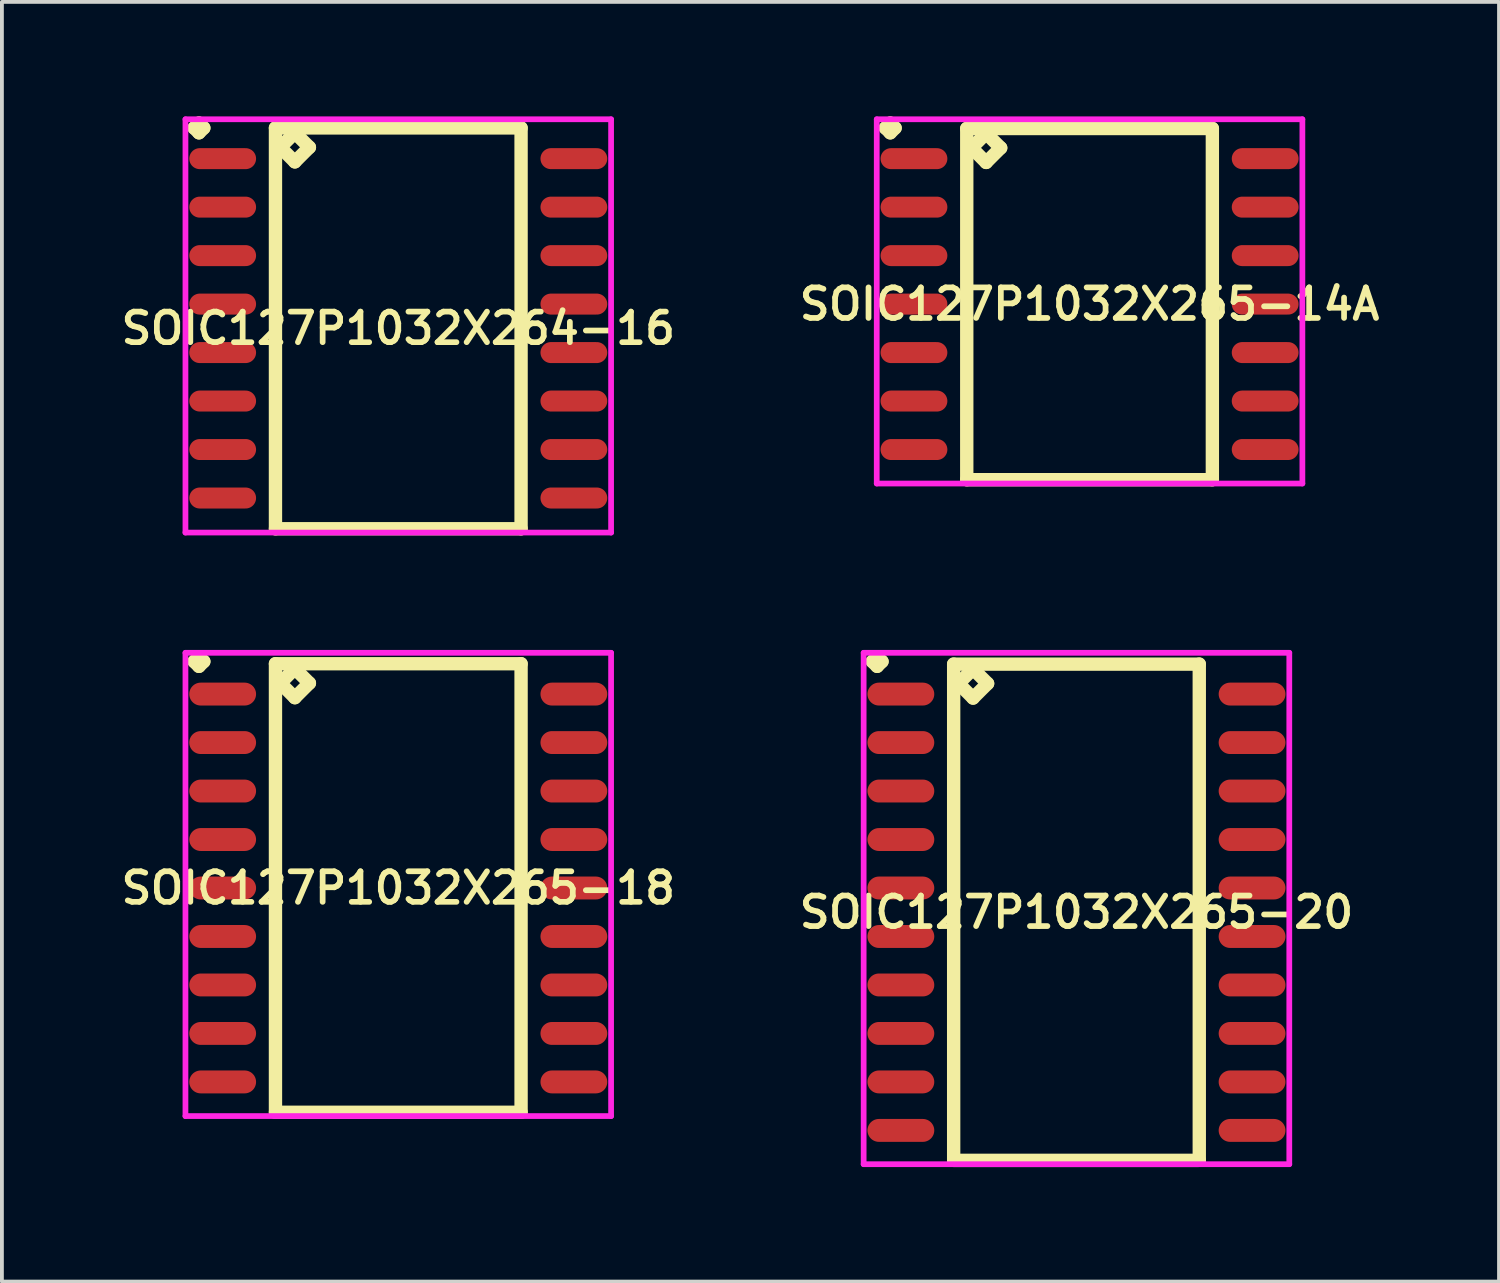
<source format=kicad_pcb>
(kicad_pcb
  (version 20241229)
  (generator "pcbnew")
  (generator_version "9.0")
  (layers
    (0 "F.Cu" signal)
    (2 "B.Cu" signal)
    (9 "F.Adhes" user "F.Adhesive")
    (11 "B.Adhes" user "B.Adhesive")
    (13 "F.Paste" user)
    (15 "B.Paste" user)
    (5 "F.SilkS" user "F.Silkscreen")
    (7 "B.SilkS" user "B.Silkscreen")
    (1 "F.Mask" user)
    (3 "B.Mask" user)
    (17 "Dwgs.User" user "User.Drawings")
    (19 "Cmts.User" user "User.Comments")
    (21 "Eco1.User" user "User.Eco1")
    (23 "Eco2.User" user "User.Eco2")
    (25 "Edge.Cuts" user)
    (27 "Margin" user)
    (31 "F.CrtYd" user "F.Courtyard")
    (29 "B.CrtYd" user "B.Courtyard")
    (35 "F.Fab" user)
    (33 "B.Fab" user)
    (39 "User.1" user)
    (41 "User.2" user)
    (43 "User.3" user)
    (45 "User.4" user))
  (footprint "SOIC127P1032X264-16"
    (layer "F.Cu")
    (at 7.383 5.551)
    (property "Reference" "SOIC127P1032X264-16" (at 0 0 0) (layer "F.SilkS") (effects (font (size 0.8 0.8) (thickness 0.15))))
    (attr smd)
    (fp_line (start -5.348 -5.249) (end -5.221 -5.376) (stroke (width 0.35) (type solid)) (layer "F.SilkS"))
    (fp_line (start -5.221 -5.376) (end -5.094 -5.249) (stroke (width 0.35) (type solid)) (layer "F.SilkS"))
    (fp_line (start -5.221 -5.122) (end -5.348 -5.249) (stroke (width 0.35) (type solid)) (layer "F.SilkS"))
    (fp_line (start -5.094 -5.249) (end -5.221 -5.122) (stroke (width 0.35) (type solid)) (layer "F.SilkS"))
    (fp_line (start -3.217 -5.25) (end -3.217 5.25) (stroke (width 0.35) (type solid)) (layer "F.SilkS"))
    (fp_line (start -3.217 5.25) (end 3.217 5.25) (stroke (width 0.35) (type solid)) (layer "F.SilkS"))
    (fp_line (start -3.09 -4.742) (end -2.709 -5.123) (stroke (width 0.35) (type solid)) (layer "F.SilkS"))
    (fp_line (start -2.709 -5.123) (end -2.328 -4.742) (stroke (width 0.35) (type solid)) (layer "F.SilkS"))
    (fp_line (start -2.709 -4.361) (end -3.09 -4.742) (stroke (width 0.35) (type solid)) (layer "F.SilkS"))
    (fp_line (start -2.328 -4.742) (end -2.709 -4.361) (stroke (width 0.35) (type solid)) (layer "F.SilkS"))
    (fp_line (start 3.217 -5.25) (end -3.217 -5.25) (stroke (width 0.35) (type solid)) (layer "F.SilkS"))
    (fp_line (start 3.217 5.25) (end 3.217 -5.25) (stroke (width 0.35) (type solid)) (layer "F.SilkS"))
    (fp_line (start -5.575 -5.476) (end 5.575 -5.476) (stroke (width 0.15) (type solid)) (layer "F.CrtYd"))
    (fp_line (start -5.575 5.35) (end -5.575 -5.476) (stroke (width 0.15) (type solid)) (layer "F.CrtYd"))
    (fp_line (start 5.575 -5.476) (end 5.575 5.35) (stroke (width 0.15) (type solid)) (layer "F.CrtYd"))
    (fp_line (start 5.575 5.35) (end -5.575 5.35) (stroke (width 0.15) (type solid)) (layer "F.CrtYd"))
    (pad "1" smd oval (at -4.6 -4.445) (size 1.75 0.55) (layers "F.Cu" "F.Mask" "F.Paste"))
    (pad "2" smd oval (at -4.6 -3.175) (size 1.75 0.55) (layers "F.Cu" "F.Mask" "F.Paste"))
    (pad "3" smd oval (at -4.6 -1.905) (size 1.75 0.55) (layers "F.Cu" "F.Mask" "F.Paste"))
    (pad "4" smd oval (at -4.6 -0.635) (size 1.75 0.55) (layers "F.Cu" "F.Mask" "F.Paste"))
    (pad "5" smd oval (at -4.6 0.635) (size 1.75 0.55) (layers "F.Cu" "F.Mask" "F.Paste"))
    (pad "6" smd oval (at -4.6 1.905) (size 1.75 0.55) (layers "F.Cu" "F.Mask" "F.Paste"))
    (pad "7" smd oval (at -4.6 3.175) (size 1.75 0.55) (layers "F.Cu" "F.Mask" "F.Paste"))
    (pad "8" smd oval (at -4.6 4.445) (size 1.75 0.55) (layers "F.Cu" "F.Mask" "F.Paste"))
    (pad "9" smd oval (at 4.6 4.445) (size 1.75 0.55) (layers "F.Cu" "F.Mask" "F.Paste"))
    (pad "10" smd oval (at 4.6 3.175) (size 1.75 0.55) (layers "F.Cu" "F.Mask" "F.Paste"))
    (pad "11" smd oval (at 4.6 1.905) (size 1.75 0.55) (layers "F.Cu" "F.Mask" "F.Paste"))
    (pad "12" smd oval (at 4.6 0.635) (size 1.75 0.55) (layers "F.Cu" "F.Mask" "F.Paste"))
    (pad "13" smd oval (at 4.6 -0.635) (size 1.75 0.55) (layers "F.Cu" "F.Mask" "F.Paste"))
    (pad "14" smd oval (at 4.6 -1.905) (size 1.75 0.55) (layers "F.Cu" "F.Mask" "F.Paste"))
    (pad "15" smd oval (at 4.6 -3.175) (size 1.75 0.55) (layers "F.Cu" "F.Mask" "F.Paste"))
    (pad "16" smd oval (at 4.6 -4.445) (size 1.75 0.55) (layers "F.Cu" "F.Mask" "F.Paste")))
  (footprint "SOIC127P1032X265-18"
    (layer "F.Cu")
    (at 7.383 20.212)
    (property "Reference" "SOIC127P1032X265-18" (at 0 0 0) (layer "F.SilkS") (effects (font (size 0.8 0.8) (thickness 0.15))))
    (attr smd)
    (fp_line (start -5.348 -5.934) (end -5.221 -6.061) (stroke (width 0.35) (type solid)) (layer "F.SilkS"))
    (fp_line (start -5.221 -6.061) (end -5.094 -5.934) (stroke (width 0.35) (type solid)) (layer "F.SilkS"))
    (fp_line (start -5.221 -5.807) (end -5.348 -5.934) (stroke (width 0.35) (type solid)) (layer "F.SilkS"))
    (fp_line (start -5.094 -5.934) (end -5.221 -5.807) (stroke (width 0.35) (type solid)) (layer "F.SilkS"))
    (fp_line (start -3.217 -5.875) (end -3.217 5.875) (stroke (width 0.35) (type solid)) (layer "F.SilkS"))
    (fp_line (start -3.217 5.875) (end 3.217 5.875) (stroke (width 0.35) (type solid)) (layer "F.SilkS"))
    (fp_line (start -3.09 -5.367) (end -2.709 -5.748) (stroke (width 0.35) (type solid)) (layer "F.SilkS"))
    (fp_line (start -2.709 -5.748) (end -2.328 -5.367) (stroke (width 0.35) (type solid)) (layer "F.SilkS"))
    (fp_line (start -2.709 -4.986) (end -3.09 -5.367) (stroke (width 0.35) (type solid)) (layer "F.SilkS"))
    (fp_line (start -2.328 -5.367) (end -2.709 -4.986) (stroke (width 0.35) (type solid)) (layer "F.SilkS"))
    (fp_line (start 3.217 -5.875) (end -3.217 -5.875) (stroke (width 0.35) (type solid)) (layer "F.SilkS"))
    (fp_line (start 3.217 5.875) (end 3.217 -5.875) (stroke (width 0.35) (type solid)) (layer "F.SilkS"))
    (fp_line (start -5.575 -6.161) (end 5.575 -6.161) (stroke (width 0.15) (type solid)) (layer "F.CrtYd"))
    (fp_line (start -5.575 5.975) (end -5.575 -6.161) (stroke (width 0.15) (type solid)) (layer "F.CrtYd"))
    (fp_line (start 5.575 -6.161) (end 5.575 5.975) (stroke (width 0.15) (type solid)) (layer "F.CrtYd"))
    (fp_line (start 5.575 5.975) (end -5.575 5.975) (stroke (width 0.15) (type solid)) (layer "F.CrtYd"))
    (pad "1" smd oval (at -4.6 -5.08) (size 1.75 0.6) (layers "F.Cu" "F.Mask" "F.Paste"))
    (pad "2" smd oval (at -4.6 -3.81) (size 1.75 0.6) (layers "F.Cu" "F.Mask" "F.Paste"))
    (pad "3" smd oval (at -4.6 -2.54) (size 1.75 0.6) (layers "F.Cu" "F.Mask" "F.Paste"))
    (pad "4" smd oval (at -4.6 -1.27) (size 1.75 0.6) (layers "F.Cu" "F.Mask" "F.Paste"))
    (pad "5" smd oval (at -4.6 0) (size 1.75 0.6) (layers "F.Cu" "F.Mask" "F.Paste"))
    (pad "6" smd oval (at -4.6 1.27) (size 1.75 0.6) (layers "F.Cu" "F.Mask" "F.Paste"))
    (pad "7" smd oval (at -4.6 2.54) (size 1.75 0.6) (layers "F.Cu" "F.Mask" "F.Paste"))
    (pad "8" smd oval (at -4.6 3.81) (size 1.75 0.6) (layers "F.Cu" "F.Mask" "F.Paste"))
    (pad "9" smd oval (at -4.6 5.08) (size 1.75 0.6) (layers "F.Cu" "F.Mask" "F.Paste"))
    (pad "10" smd oval (at 4.6 5.08) (size 1.75 0.6) (layers "F.Cu" "F.Mask" "F.Paste"))
    (pad "11" smd oval (at 4.6 3.81) (size 1.75 0.6) (layers "F.Cu" "F.Mask" "F.Paste"))
    (pad "12" smd oval (at 4.6 2.54) (size 1.75 0.6) (layers "F.Cu" "F.Mask" "F.Paste"))
    (pad "13" smd oval (at 4.6 1.27) (size 1.75 0.6) (layers "F.Cu" "F.Mask" "F.Paste"))
    (pad "14" smd oval (at 4.6 0) (size 1.75 0.6) (layers "F.Cu" "F.Mask" "F.Paste"))
    (pad "15" smd oval (at 4.6 -1.27) (size 1.75 0.6) (layers "F.Cu" "F.Mask" "F.Paste"))
    (pad "16" smd oval (at 4.6 -2.54) (size 1.75 0.6) (layers "F.Cu" "F.Mask" "F.Paste"))
    (pad "17" smd oval (at 4.6 -3.81) (size 1.75 0.6) (layers "F.Cu" "F.Mask" "F.Paste"))
    (pad "18" smd oval (at 4.6 -5.08) (size 1.75 0.6) (layers "F.Cu" "F.Mask" "F.Paste")))
  (footprint "SOIC127P1032X265-14A"
    (layer "F.Cu")
    (at 25.492 4.916)
    (property "Reference" "SOIC127P1032X265-14A" (at 0 0 0) (layer "F.SilkS") (effects (font (size 0.8 0.8) (thickness 0.15))))
    (attr smd)
    (fp_line (start -5.348 -4.614) (end -5.221 -4.741) (stroke (width 0.35) (type solid)) (layer "F.SilkS"))
    (fp_line (start -5.221 -4.741) (end -5.094 -4.614) (stroke (width 0.35) (type solid)) (layer "F.SilkS"))
    (fp_line (start -5.221 -4.487) (end -5.348 -4.614) (stroke (width 0.35) (type solid)) (layer "F.SilkS"))
    (fp_line (start -5.094 -4.614) (end -5.221 -4.487) (stroke (width 0.35) (type solid)) (layer "F.SilkS"))
    (fp_line (start -3.217 -4.6) (end -3.217 4.6) (stroke (width 0.35) (type solid)) (layer "F.SilkS"))
    (fp_line (start -3.217 4.6) (end 3.217 4.6) (stroke (width 0.35) (type solid)) (layer "F.SilkS"))
    (fp_line (start -3.09 -4.092) (end -2.709 -4.473) (stroke (width 0.35) (type solid)) (layer "F.SilkS"))
    (fp_line (start -2.709 -4.473) (end -2.328 -4.092) (stroke (width 0.35) (type solid)) (layer "F.SilkS"))
    (fp_line (start -2.709 -3.711) (end -3.09 -4.092) (stroke (width 0.35) (type solid)) (layer "F.SilkS"))
    (fp_line (start -2.328 -4.092) (end -2.709 -3.711) (stroke (width 0.35) (type solid)) (layer "F.SilkS"))
    (fp_line (start 3.217 -4.6) (end -3.217 -4.6) (stroke (width 0.35) (type solid)) (layer "F.SilkS"))
    (fp_line (start 3.217 4.6) (end 3.217 -4.6) (stroke (width 0.35) (type solid)) (layer "F.SilkS"))
    (fp_line (start -5.575 -4.841) (end 5.575 -4.841) (stroke (width 0.15) (type solid)) (layer "F.CrtYd"))
    (fp_line (start -5.575 4.7) (end -5.575 -4.841) (stroke (width 0.15) (type solid)) (layer "F.CrtYd"))
    (fp_line (start 5.575 -4.841) (end 5.575 4.7) (stroke (width 0.15) (type solid)) (layer "F.CrtYd"))
    (fp_line (start 5.575 4.7) (end -5.575 4.7) (stroke (width 0.15) (type solid)) (layer "F.CrtYd"))
    (pad "1" smd oval (at -4.6 -3.81) (size 1.75 0.55) (layers "F.Cu" "F.Mask" "F.Paste"))
    (pad "2" smd oval (at -4.6 -2.54) (size 1.75 0.55) (layers "F.Cu" "F.Mask" "F.Paste"))
    (pad "3" smd oval (at -4.6 -1.27) (size 1.75 0.55) (layers "F.Cu" "F.Mask" "F.Paste"))
    (pad "4" smd oval (at -4.6 0) (size 1.75 0.55) (layers "F.Cu" "F.Mask" "F.Paste"))
    (pad "5" smd oval (at -4.6 1.27) (size 1.75 0.55) (layers "F.Cu" "F.Mask" "F.Paste"))
    (pad "6" smd oval (at -4.6 2.54) (size 1.75 0.55) (layers "F.Cu" "F.Mask" "F.Paste"))
    (pad "7" smd oval (at -4.6 3.81) (size 1.75 0.55) (layers "F.Cu" "F.Mask" "F.Paste"))
    (pad "8" smd oval (at 4.6 3.81) (size 1.75 0.55) (layers "F.Cu" "F.Mask" "F.Paste"))
    (pad "9" smd oval (at 4.6 2.54) (size 1.75 0.55) (layers "F.Cu" "F.Mask" "F.Paste"))
    (pad "10" smd oval (at 4.6 1.27) (size 1.75 0.55) (layers "F.Cu" "F.Mask" "F.Paste"))
    (pad "11" smd oval (at 4.6 0) (size 1.75 0.55) (layers "F.Cu" "F.Mask" "F.Paste"))
    (pad "12" smd oval (at 4.6 -1.27) (size 1.75 0.55) (layers "F.Cu" "F.Mask" "F.Paste"))
    (pad "13" smd oval (at 4.6 -2.54) (size 1.75 0.55) (layers "F.Cu" "F.Mask" "F.Paste"))
    (pad "14" smd oval (at 4.6 -3.81) (size 1.75 0.55) (layers "F.Cu" "F.Mask" "F.Paste")))
  (footprint "SOIC127P1032X265-20"
    (layer "F.Cu")
    (at 25.149 20.847)
    (property "Reference" "SOIC127P1032X265-20" (at 0 0 0) (layer "F.SilkS") (effects (font (size 0.8 0.8) (thickness 0.15))))
    (attr through_hole)
    (fp_line (start -5.348 -6.569) (end -5.221 -6.696) (stroke (width 0.35) (type solid)) (layer "F.SilkS"))
    (fp_line (start -5.221 -6.696) (end -5.094 -6.569) (stroke (width 0.35) (type solid)) (layer "F.SilkS"))
    (fp_line (start -5.221 -6.442) (end -5.348 -6.569) (stroke (width 0.35) (type solid)) (layer "F.SilkS"))
    (fp_line (start -5.094 -6.569) (end -5.221 -6.442) (stroke (width 0.35) (type solid)) (layer "F.SilkS"))
    (fp_line (start -3.217 -6.5) (end -3.217 6.5) (stroke (width 0.35) (type solid)) (layer "F.SilkS"))
    (fp_line (start -3.217 6.5) (end 3.217 6.5) (stroke (width 0.35) (type solid)) (layer "F.SilkS"))
    (fp_line (start -3.09 -5.992) (end -2.709 -6.373) (stroke (width 0.35) (type solid)) (layer "F.SilkS"))
    (fp_line (start -2.709 -6.373) (end -2.328 -5.992) (stroke (width 0.35) (type solid)) (layer "F.SilkS"))
    (fp_line (start -2.709 -5.611) (end -3.09 -5.992) (stroke (width 0.35) (type solid)) (layer "F.SilkS"))
    (fp_line (start -2.328 -5.992) (end -2.709 -5.611) (stroke (width 0.35) (type solid)) (layer "F.SilkS"))
    (fp_line (start 3.217 -6.5) (end -3.217 -6.5) (stroke (width 0.35) (type solid)) (layer "F.SilkS"))
    (fp_line (start 3.217 6.5) (end 3.217 -6.5) (stroke (width 0.35) (type solid)) (layer "F.SilkS"))
    (fp_line (start -5.575 -6.796) (end 5.575 -6.796) (stroke (width 0.15) (type solid)) (layer "F.CrtYd"))
    (fp_line (start -5.575 6.6) (end -5.575 -6.796) (stroke (width 0.15) (type solid)) (layer "F.CrtYd"))
    (fp_line (start 5.575 -6.796) (end 5.575 6.6) (stroke (width 0.15) (type solid)) (layer "F.CrtYd"))
    (fp_line (start 5.575 6.6) (end -5.575 6.6) (stroke (width 0.15) (type solid)) (layer "F.CrtYd"))
    (pad "1" smd oval (at -4.6 -5.715) (size 1.75 0.6) (layers "F.Cu" "F.Mask" "F.Paste"))
    (pad "2" smd oval (at -4.6 -4.445) (size 1.75 0.6) (layers "F.Cu" "F.Mask" "F.Paste"))
    (pad "3" smd oval (at -4.6 -3.175) (size 1.75 0.6) (layers "F.Cu" "F.Mask" "F.Paste"))
    (pad "4" smd oval (at -4.6 -1.905) (size 1.75 0.6) (layers "F.Cu" "F.Mask" "F.Paste"))
    (pad "5" smd oval (at -4.6 -0.635) (size 1.75 0.6) (layers "F.Cu" "F.Mask" "F.Paste"))
    (pad "6" smd oval (at -4.6 0.635) (size 1.75 0.6) (layers "F.Cu" "F.Mask" "F.Paste"))
    (pad "7" smd oval (at -4.6 1.905) (size 1.75 0.6) (layers "F.Cu" "F.Mask" "F.Paste"))
    (pad "8" smd oval (at -4.6 3.175) (size 1.75 0.6) (layers "F.Cu" "F.Mask" "F.Paste"))
    (pad "9" smd oval (at -4.6 4.445) (size 1.75 0.6) (layers "F.Cu" "F.Mask" "F.Paste"))
    (pad "10" smd oval (at -4.6 5.715) (size 1.75 0.6) (layers "F.Cu" "F.Mask" "F.Paste"))
    (pad "11" smd oval (at 4.6 5.715) (size 1.75 0.6) (layers "F.Cu" "F.Mask" "F.Paste"))
    (pad "12" smd oval (at 4.6 4.445) (size 1.75 0.6) (layers "F.Cu" "F.Mask" "F.Paste"))
    (pad "13" smd oval (at 4.6 3.175) (size 1.75 0.6) (layers "F.Cu" "F.Mask" "F.Paste"))
    (pad "14" smd oval (at 4.6 1.905) (size 1.75 0.6) (layers "F.Cu" "F.Mask" "F.Paste"))
    (pad "15" smd oval (at 4.6 0.635) (size 1.75 0.6) (layers "F.Cu" "F.Mask" "F.Paste"))
    (pad "16" smd oval (at 4.6 -0.635) (size 1.75 0.6) (layers "F.Cu" "F.Mask" "F.Paste"))
    (pad "17" smd oval (at 4.6 -1.905) (size 1.75 0.6) (layers "F.Cu" "F.Mask" "F.Paste"))
    (pad "18" smd oval (at 4.6 -3.175) (size 1.75 0.6) (layers "F.Cu" "F.Mask" "F.Paste"))
    (pad "19" smd oval (at 4.6 -4.445) (size 1.75 0.6) (layers "F.Cu" "F.Mask" "F.Paste"))
    (pad "20" smd oval (at 4.6 -5.715) (size 1.75 0.6) (layers "F.Cu" "F.Mask" "F.Paste")))
  (gr_rect
    (start -3 -3)
    (end 36.218 30.522)
    (stroke (width 0.1) (type default))
    (fill no)
    (layer "Edge.Cuts")))
</source>
